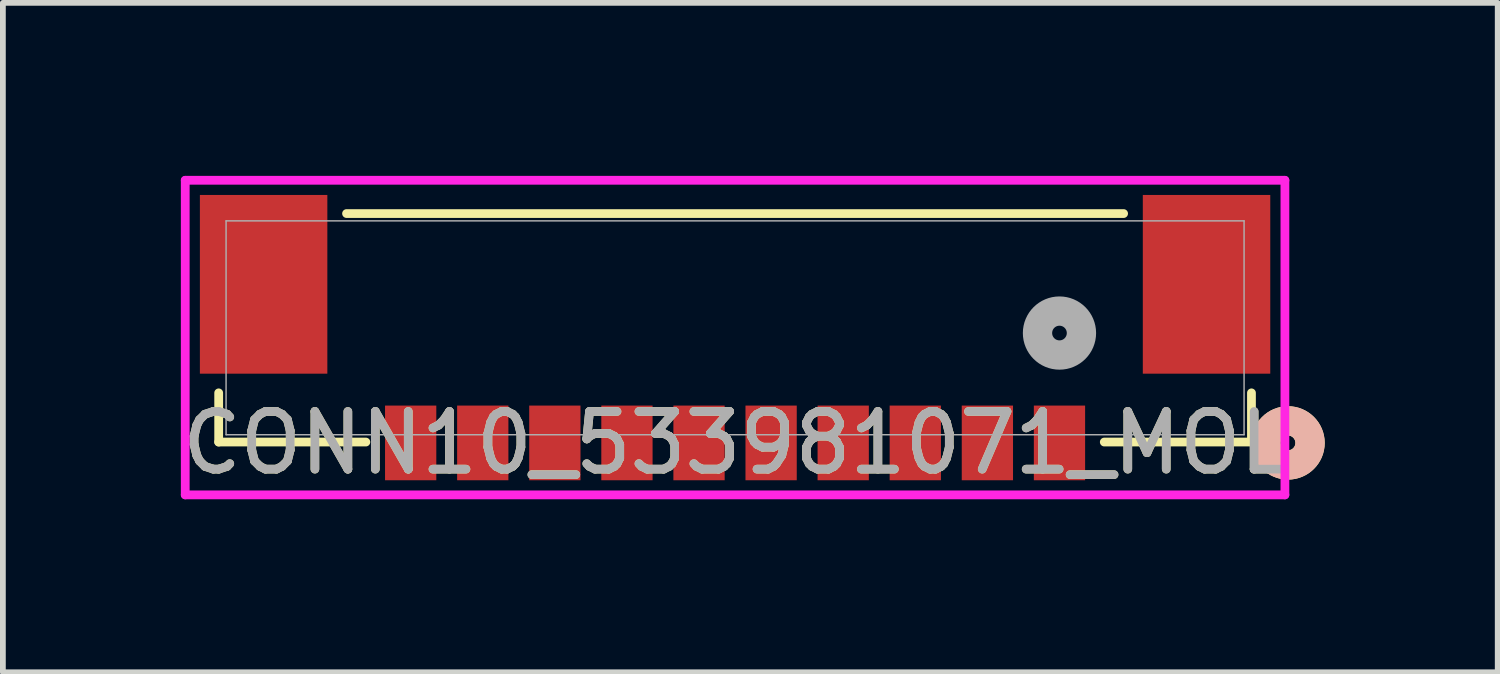
<source format=kicad_pcb>
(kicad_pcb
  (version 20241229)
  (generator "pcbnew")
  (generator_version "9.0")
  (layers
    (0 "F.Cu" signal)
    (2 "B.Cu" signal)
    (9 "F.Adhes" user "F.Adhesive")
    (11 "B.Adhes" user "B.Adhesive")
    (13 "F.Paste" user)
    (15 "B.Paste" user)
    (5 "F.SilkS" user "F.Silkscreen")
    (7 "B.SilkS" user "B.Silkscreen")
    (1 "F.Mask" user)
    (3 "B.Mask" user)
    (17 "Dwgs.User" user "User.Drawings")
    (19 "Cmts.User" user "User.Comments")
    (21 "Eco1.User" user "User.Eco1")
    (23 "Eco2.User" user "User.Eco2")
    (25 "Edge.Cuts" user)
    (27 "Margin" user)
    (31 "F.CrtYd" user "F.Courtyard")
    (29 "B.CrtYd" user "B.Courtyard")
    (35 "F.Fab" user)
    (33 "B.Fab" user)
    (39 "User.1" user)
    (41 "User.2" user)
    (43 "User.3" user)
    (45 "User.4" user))
  (footprint "CONN10_533981071_MOL"
    (layer "F.Cu")
    (at 9.696 2.634)
    (property "Reference" "CONN10_533981071_MOL" (at 0 1.996 0) (unlocked yes) (layer "F.SilkS") (effects (font (size 1 1) (thickness 0.15))))
    (attr smd)
    (fp_line (start -8.954 1.128) (end -8.954 1.981) (stroke (width 0.152) (type solid)) (layer "F.SilkS"))
    (fp_line (start -8.954 1.981) (end -6.402 1.981) (stroke (width 0.152) (type solid)) (layer "F.SilkS"))
    (fp_line (start 6.402 1.981) (end 8.954 1.981) (stroke (width 0.152) (type solid)) (layer "F.SilkS"))
    (fp_line (start 6.737 -1.981) (end -6.737 -1.981) (stroke (width 0.152) (type solid)) (layer "F.SilkS"))
    (fp_line (start 8.954 1.981) (end 8.954 1.128) (stroke (width 0.152) (type solid)) (layer "F.SilkS"))
    (fp_circle (center 9.588 1.996) (end 9.97 1.996) (stroke (width 0.508) (type solid)) (fill no) (layer "F.SilkS"))
    (fp_circle (center 9.588 1.996) (end 9.97 1.996) (stroke (width 0.508) (type solid)) (fill no) (layer "B.SilkS"))
    (fp_line (start -9.534 -2.558) (end -9.534 2.897) (stroke (width 0.152) (type solid)) (layer "F.CrtYd"))
    (fp_line (start -9.534 2.897) (end 9.534 2.897) (stroke (width 0.152) (type solid)) (layer "F.CrtYd"))
    (fp_line (start 9.534 -2.558) (end -9.534 -2.558) (stroke (width 0.152) (type solid)) (layer "F.CrtYd"))
    (fp_line (start 9.534 2.897) (end 9.534 -2.558) (stroke (width 0.152) (type solid)) (layer "F.CrtYd"))
    (fp_line (start -8.826 -1.854) (end -8.826 1.854) (stroke (width 0.025) (type solid)) (layer "F.Fab"))
    (fp_line (start -8.826 1.854) (end 8.826 1.854) (stroke (width 0.025) (type solid)) (layer "F.Fab"))
    (fp_line (start 8.826 -1.854) (end -8.826 -1.854) (stroke (width 0.025) (type solid)) (layer "F.Fab"))
    (fp_line (start 8.826 1.854) (end 8.826 -1.854) (stroke (width 0.025) (type solid)) (layer "F.Fab"))
    (fp_circle (center 5.625 0.091) (end 6.006 0.091) (stroke (width 0.508) (type solid)) (fill no) (layer "F.Fab"))
    (fp_text user "${REFERENCE}" (at 0 1.996 0) (unlocked yes) (layer "F.Fab") (effects (font (size 1 1) (thickness 0.15))))
    (pad "1" smd rect (at 5.625 1.996) (size 0.889 1.295) (layers "F.Cu" "F.Mask" "F.Paste"))
    (pad "2" smd rect (at 4.375 1.996) (size 0.889 1.295) (layers "F.Cu" "F.Mask" "F.Paste"))
    (pad "3" smd rect (at 3.125 1.996) (size 0.889 1.295) (layers "F.Cu" "F.Mask" "F.Paste"))
    (pad "4" smd rect (at 1.875 1.996) (size 0.889 1.295) (layers "F.Cu" "F.Mask" "F.Paste"))
    (pad "5" smd rect (at 0.625 1.996) (size 0.889 1.295) (layers "F.Cu" "F.Mask" "F.Paste"))
    (pad "6" smd rect (at -0.625 1.996) (size 0.889 1.295) (layers "F.Cu" "F.Mask" "F.Paste"))
    (pad "7" smd rect (at -1.875 1.996) (size 0.889 1.295) (layers "F.Cu" "F.Mask" "F.Paste"))
    (pad "8" smd rect (at -3.125 1.996) (size 0.889 1.295) (layers "F.Cu" "F.Mask" "F.Paste"))
    (pad "9" smd rect (at -4.375 1.996) (size 0.889 1.295) (layers "F.Cu" "F.Mask" "F.Paste"))
    (pad "10" smd rect (at -5.625 1.996) (size 0.889 1.295) (layers "F.Cu" "F.Mask" "F.Paste"))
    (pad "11" smd rect (at -8.175 -0.754) (size 2.21 3.099) (layers "F.Cu" "F.Mask" "F.Paste"))
    (pad "12" smd rect (at 8.175 -0.754) (size 2.21 3.099) (layers "F.Cu" "F.Mask" "F.Paste")))
  (gr_rect
    (start -3 -3)
    (end 22.92 8.607)
    (stroke (width 0.1) (type default))
    (fill no)
    (layer "Edge.Cuts")))
</source>
